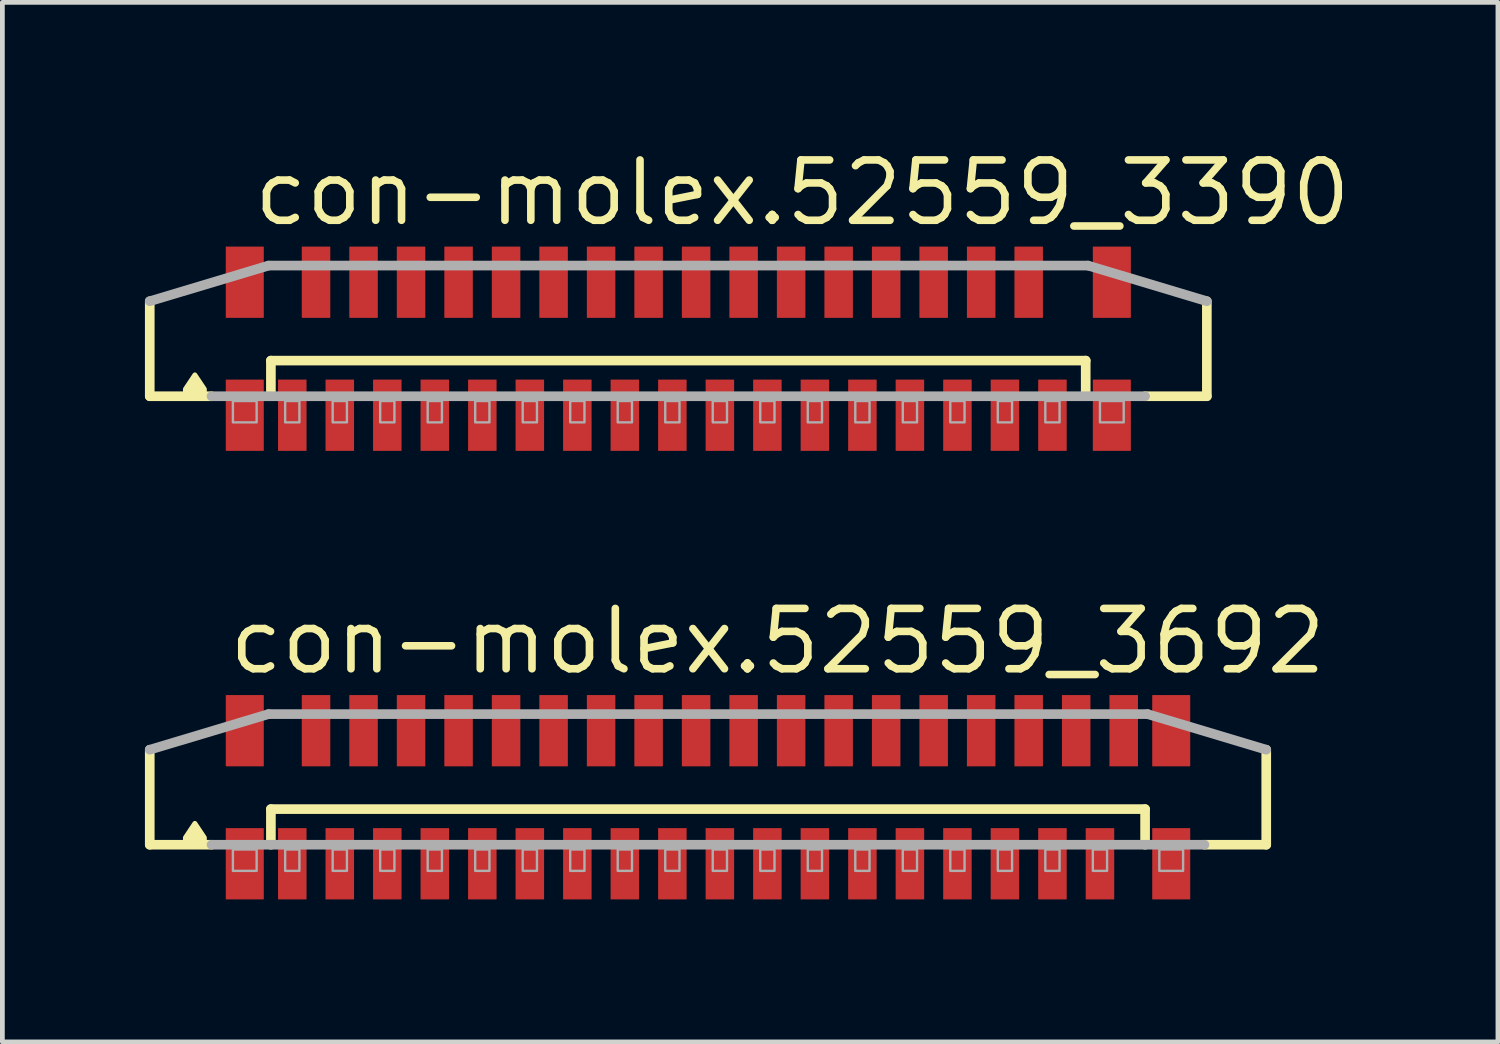
<source format=kicad_pcb>
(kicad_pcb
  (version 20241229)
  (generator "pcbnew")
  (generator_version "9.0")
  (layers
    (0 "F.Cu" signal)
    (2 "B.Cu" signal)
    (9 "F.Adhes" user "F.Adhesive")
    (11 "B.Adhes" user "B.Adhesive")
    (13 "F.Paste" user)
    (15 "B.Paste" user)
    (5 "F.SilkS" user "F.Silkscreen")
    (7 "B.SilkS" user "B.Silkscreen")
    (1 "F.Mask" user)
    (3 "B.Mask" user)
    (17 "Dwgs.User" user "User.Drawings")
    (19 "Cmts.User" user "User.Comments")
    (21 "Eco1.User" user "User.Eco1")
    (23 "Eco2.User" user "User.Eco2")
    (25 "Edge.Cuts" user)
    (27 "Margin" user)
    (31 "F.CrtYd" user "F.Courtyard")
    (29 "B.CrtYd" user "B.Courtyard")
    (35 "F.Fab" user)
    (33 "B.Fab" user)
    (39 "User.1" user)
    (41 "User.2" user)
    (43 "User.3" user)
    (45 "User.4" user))
  (footprint "con-molex.52559_3390"
    (layer "F.Cu")
    (at 11.102 4.29)
    (property "Reference" "con-molex.52559_3390" (at -8.89 -2.54 0) (layer "F.SilkS") (effects (font (size 1.27 1.27) (thickness 0.16)) (justify left bottom)))
    (attr smd)
    (fp_line (start -11 1) (end -11 -1) (stroke (width 0.203) (type default)) (layer "F.SilkS"))
    (fp_line (start -9.7 1) (end -11 1) (stroke (width 0.203) (type default)) (layer "F.SilkS"))
    (fp_line (start -8.45 0.25) (end 8.7 0.25) (stroke (width 0.203) (type default)) (layer "F.SilkS"))
    (fp_line (start -8.45 1) (end -8.45 0.25) (stroke (width 0.203) (type default)) (layer "F.SilkS"))
    (fp_line (start 8.7 0.25) (end 8.7 1) (stroke (width 0.203) (type default)) (layer "F.SilkS"))
    (fp_line (start 11.25 -1) (end 11.25 1) (stroke (width 0.203) (type default)) (layer "F.SilkS"))
    (fp_line (start 11.25 1) (end 9.95 1) (stroke (width 0.203) (type default)) (layer "F.SilkS"))
    (fp_poly (pts (xy -9.85 0.95) (xy -9.85 0.85) (xy -10.05 0.55) (xy -10.25 0.85) (xy -10.25 0.95)) (stroke (width 0.102) (type default)) (fill yes) (layer "F.SilkS"))
    (fp_line (start -11 -1) (end -8.5 -1.75) (stroke (width 0.203) (type default)) (layer "F.Fab"))
    (fp_line (start -8.5 -1.75) (end 8.75 -1.75) (stroke (width 0.203) (type default)) (layer "F.Fab"))
    (fp_line (start 8.75 -1.75) (end 11.25 -1) (stroke (width 0.203) (type default)) (layer "F.Fab"))
    (fp_line (start 9.95 1) (end -9.7 1) (stroke (width 0.203) (type default)) (layer "F.Fab"))
    (fp_rect (start -9.25 1.55) (end -8.75 1.1) (stroke (width 0.05) (type default)) (fill no) (layer "F.Fab"))
    (fp_rect (start -8.15 1.55) (end -7.85 1.1) (stroke (width 0.05) (type default)) (fill no) (layer "F.Fab"))
    (fp_rect (start -7.15 1.55) (end -6.85 1.1) (stroke (width 0.05) (type default)) (fill no) (layer "F.Fab"))
    (fp_rect (start -6.15 1.55) (end -5.85 1.1) (stroke (width 0.05) (type default)) (fill no) (layer "F.Fab"))
    (fp_rect (start -5.15 1.55) (end -4.85 1.1) (stroke (width 0.05) (type default)) (fill no) (layer "F.Fab"))
    (fp_rect (start -4.15 1.55) (end -3.85 1.1) (stroke (width 0.05) (type default)) (fill no) (layer "F.Fab"))
    (fp_rect (start -3.15 1.55) (end -2.85 1.1) (stroke (width 0.05) (type default)) (fill no) (layer "F.Fab"))
    (fp_rect (start -2.15 1.55) (end -1.85 1.1) (stroke (width 0.05) (type default)) (fill no) (layer "F.Fab"))
    (fp_rect (start -1.15 1.55) (end -0.85 1.1) (stroke (width 0.05) (type default)) (fill no) (layer "F.Fab"))
    (fp_rect (start -0.15 1.55) (end 0.15 1.1) (stroke (width 0.05) (type default)) (fill no) (layer "F.Fab"))
    (fp_rect (start 0.85 1.55) (end 1.15 1.1) (stroke (width 0.05) (type default)) (fill no) (layer "F.Fab"))
    (fp_rect (start 1.85 1.55) (end 2.15 1.1) (stroke (width 0.05) (type default)) (fill no) (layer "F.Fab"))
    (fp_rect (start 2.85 1.55) (end 3.15 1.1) (stroke (width 0.05) (type default)) (fill no) (layer "F.Fab"))
    (fp_rect (start 3.85 1.55) (end 4.15 1.1) (stroke (width 0.05) (type default)) (fill no) (layer "F.Fab"))
    (fp_rect (start 4.85 1.55) (end 5.15 1.1) (stroke (width 0.05) (type default)) (fill no) (layer "F.Fab"))
    (fp_rect (start 5.85 1.55) (end 6.15 1.1) (stroke (width 0.05) (type default)) (fill no) (layer "F.Fab"))
    (fp_rect (start 6.85 1.55) (end 7.15 1.1) (stroke (width 0.05) (type default)) (fill no) (layer "F.Fab"))
    (fp_rect (start 7.85 1.55) (end 8.15 1.1) (stroke (width 0.05) (type default)) (fill no) (layer "F.Fab"))
    (fp_rect (start 9 1.55) (end 9.5 1.1) (stroke (width 0.05) (type default)) (fill no) (layer "F.Fab"))
    (pad "1" smd roundrect (at -8 1.4) (size 0.6 1.5) (layers "F.Cu" "F.Mask" "F.Paste") (roundrect_rratio 0.01))
    (pad "2" smd roundrect (at -7.5 -1.4 180) (size 0.6 1.5) (layers "F.Cu" "F.Mask" "F.Paste") (roundrect_rratio 0.01))
    (pad "3" smd roundrect (at -7 1.4) (size 0.6 1.5) (layers "F.Cu" "F.Mask" "F.Paste") (roundrect_rratio 0.01))
    (pad "4" smd roundrect (at -6.5 -1.4 180) (size 0.6 1.5) (layers "F.Cu" "F.Mask" "F.Paste") (roundrect_rratio 0.01))
    (pad "5" smd roundrect (at -6 1.4) (size 0.6 1.5) (layers "F.Cu" "F.Mask" "F.Paste") (roundrect_rratio 0.01))
    (pad "6" smd roundrect (at -5.5 -1.4 180) (size 0.6 1.5) (layers "F.Cu" "F.Mask" "F.Paste") (roundrect_rratio 0.01))
    (pad "7" smd roundrect (at -5 1.4) (size 0.6 1.5) (layers "F.Cu" "F.Mask" "F.Paste") (roundrect_rratio 0.01))
    (pad "8" smd roundrect (at -4.5 -1.4 180) (size 0.6 1.5) (layers "F.Cu" "F.Mask" "F.Paste") (roundrect_rratio 0.01))
    (pad "9" smd roundrect (at -4 1.4) (size 0.6 1.5) (layers "F.Cu" "F.Mask" "F.Paste") (roundrect_rratio 0.01))
    (pad "10" smd roundrect (at -3.5 -1.4 180) (size 0.6 1.5) (layers "F.Cu" "F.Mask" "F.Paste") (roundrect_rratio 0.01))
    (pad "11" smd roundrect (at -3 1.4) (size 0.6 1.5) (layers "F.Cu" "F.Mask" "F.Paste") (roundrect_rratio 0.01))
    (pad "12" smd roundrect (at -2.5 -1.4 180) (size 0.6 1.5) (layers "F.Cu" "F.Mask" "F.Paste") (roundrect_rratio 0.01))
    (pad "13" smd roundrect (at -2 1.4) (size 0.6 1.5) (layers "F.Cu" "F.Mask" "F.Paste") (roundrect_rratio 0.01))
    (pad "14" smd roundrect (at -1.5 -1.4 180) (size 0.6 1.5) (layers "F.Cu" "F.Mask" "F.Paste") (roundrect_rratio 0.01))
    (pad "15" smd roundrect (at -1 1.4) (size 0.6 1.5) (layers "F.Cu" "F.Mask" "F.Paste") (roundrect_rratio 0.01))
    (pad "16" smd roundrect (at -0.5 -1.4 180) (size 0.6 1.5) (layers "F.Cu" "F.Mask" "F.Paste") (roundrect_rratio 0.01))
    (pad "17" smd roundrect (at 0 1.4) (size 0.6 1.5) (layers "F.Cu" "F.Mask" "F.Paste") (roundrect_rratio 0.01))
    (pad "18" smd roundrect (at 0.5 -1.4 180) (size 0.6 1.5) (layers "F.Cu" "F.Mask" "F.Paste") (roundrect_rratio 0.01))
    (pad "19" smd roundrect (at 1 1.4) (size 0.6 1.5) (layers "F.Cu" "F.Mask" "F.Paste") (roundrect_rratio 0.01))
    (pad "20" smd roundrect (at 1.5 -1.4 180) (size 0.6 1.5) (layers "F.Cu" "F.Mask" "F.Paste") (roundrect_rratio 0.01))
    (pad "21" smd roundrect (at 2 1.4) (size 0.6 1.5) (layers "F.Cu" "F.Mask" "F.Paste") (roundrect_rratio 0.01))
    (pad "22" smd roundrect (at 2.5 -1.4 180) (size 0.6 1.5) (layers "F.Cu" "F.Mask" "F.Paste") (roundrect_rratio 0.01))
    (pad "23" smd roundrect (at 3 1.4) (size 0.6 1.5) (layers "F.Cu" "F.Mask" "F.Paste") (roundrect_rratio 0.01))
    (pad "24" smd roundrect (at 3.5 -1.4 180) (size 0.6 1.5) (layers "F.Cu" "F.Mask" "F.Paste") (roundrect_rratio 0.01))
    (pad "25" smd roundrect (at 4 1.4) (size 0.6 1.5) (layers "F.Cu" "F.Mask" "F.Paste") (roundrect_rratio 0.01))
    (pad "26" smd roundrect (at 4.5 -1.4 180) (size 0.6 1.5) (layers "F.Cu" "F.Mask" "F.Paste") (roundrect_rratio 0.01))
    (pad "27" smd roundrect (at 5 1.4) (size 0.6 1.5) (layers "F.Cu" "F.Mask" "F.Paste") (roundrect_rratio 0.01))
    (pad "28" smd roundrect (at 5.5 -1.4 180) (size 0.6 1.5) (layers "F.Cu" "F.Mask" "F.Paste") (roundrect_rratio 0.01))
    (pad "29" smd roundrect (at 6 1.4) (size 0.6 1.5) (layers "F.Cu" "F.Mask" "F.Paste") (roundrect_rratio 0.01))
    (pad "30" smd roundrect (at 6.5 -1.4 180) (size 0.6 1.5) (layers "F.Cu" "F.Mask" "F.Paste") (roundrect_rratio 0.01))
    (pad "31" smd roundrect (at 7 1.4) (size 0.6 1.5) (layers "F.Cu" "F.Mask" "F.Paste") (roundrect_rratio 0.01))
    (pad "32" smd roundrect (at 7.5 -1.4 180) (size 0.6 1.5) (layers "F.Cu" "F.Mask" "F.Paste") (roundrect_rratio 0.01))
    (pad "33" smd roundrect (at 8 1.4) (size 0.6 1.5) (layers "F.Cu" "F.Mask" "F.Paste") (roundrect_rratio 0.01))
    (pad "M1" smd roundrect (at -9 1.4) (size 0.8 1.5) (layers "F.Cu" "F.Mask" "F.Paste") (roundrect_rratio 0.01))
    (pad "M2" smd roundrect (at 9.25 1.4) (size 0.8 1.5) (layers "F.Cu" "F.Mask" "F.Paste") (roundrect_rratio 0.01))
    (pad "M3" smd roundrect (at 9.25 -1.4 180) (size 0.8 1.5) (layers "F.Cu" "F.Mask" "F.Paste") (roundrect_rratio 0.01))
    (pad "M4" smd roundrect (at -9 -1.4 180) (size 0.8 1.5) (layers "F.Cu" "F.Mask" "F.Paste") (roundrect_rratio 0.01)))
  (footprint "con-molex.52559_3692"
    (layer "F.Cu")
    (at 11.852 13.73)
    (property "Reference" "con-molex.52559_3692" (at -10.16 -2.54 0) (layer "F.SilkS") (effects (font (size 1.27 1.27) (thickness 0.16)) (justify left bottom)))
    (attr smd)
    (fp_line (start -11.75 1) (end -11.75 -1) (stroke (width 0.203) (type default)) (layer "F.SilkS"))
    (fp_line (start -10.45 1) (end -11.75 1) (stroke (width 0.203) (type default)) (layer "F.SilkS"))
    (fp_line (start -9.2 0.25) (end 9.2 0.25) (stroke (width 0.203) (type default)) (layer "F.SilkS"))
    (fp_line (start -9.2 1) (end -9.2 0.25) (stroke (width 0.203) (type default)) (layer "F.SilkS"))
    (fp_line (start 9.2 0.25) (end 9.2 1) (stroke (width 0.203) (type default)) (layer "F.SilkS"))
    (fp_line (start 11.75 -1) (end 11.75 1) (stroke (width 0.203) (type default)) (layer "F.SilkS"))
    (fp_line (start 11.75 1) (end 10.45 1) (stroke (width 0.203) (type default)) (layer "F.SilkS"))
    (fp_poly (pts (xy -10.6 0.95) (xy -10.6 0.85) (xy -10.8 0.55) (xy -11 0.85) (xy -11 0.95)) (stroke (width 0.102) (type default)) (fill yes) (layer "F.SilkS"))
    (fp_line (start -11.75 -1) (end -9.25 -1.75) (stroke (width 0.203) (type default)) (layer "F.Fab"))
    (fp_line (start -9.25 -1.75) (end 9.25 -1.75) (stroke (width 0.203) (type default)) (layer "F.Fab"))
    (fp_line (start 9.25 -1.75) (end 11.75 -1) (stroke (width 0.203) (type default)) (layer "F.Fab"))
    (fp_line (start 10.45 1) (end -10.45 1) (stroke (width 0.203) (type default)) (layer "F.Fab"))
    (fp_rect (start -10 1.55) (end -9.5 1.1) (stroke (width 0.05) (type default)) (fill no) (layer "F.Fab"))
    (fp_rect (start -8.9 1.55) (end -8.6 1.1) (stroke (width 0.05) (type default)) (fill no) (layer "F.Fab"))
    (fp_rect (start -7.9 1.55) (end -7.6 1.1) (stroke (width 0.05) (type default)) (fill no) (layer "F.Fab"))
    (fp_rect (start -6.9 1.55) (end -6.6 1.1) (stroke (width 0.05) (type default)) (fill no) (layer "F.Fab"))
    (fp_rect (start -5.9 1.55) (end -5.6 1.1) (stroke (width 0.05) (type default)) (fill no) (layer "F.Fab"))
    (fp_rect (start -4.9 1.55) (end -4.6 1.1) (stroke (width 0.05) (type default)) (fill no) (layer "F.Fab"))
    (fp_rect (start -3.9 1.55) (end -3.6 1.1) (stroke (width 0.05) (type default)) (fill no) (layer "F.Fab"))
    (fp_rect (start -2.9 1.55) (end -2.6 1.1) (stroke (width 0.05) (type default)) (fill no) (layer "F.Fab"))
    (fp_rect (start -1.9 1.55) (end -1.6 1.1) (stroke (width 0.05) (type default)) (fill no) (layer "F.Fab"))
    (fp_rect (start -0.9 1.55) (end -0.6 1.1) (stroke (width 0.05) (type default)) (fill no) (layer "F.Fab"))
    (fp_rect (start 0.1 1.55) (end 0.4 1.1) (stroke (width 0.05) (type default)) (fill no) (layer "F.Fab"))
    (fp_rect (start 1.1 1.55) (end 1.4 1.1) (stroke (width 0.05) (type default)) (fill no) (layer "F.Fab"))
    (fp_rect (start 2.1 1.55) (end 2.4 1.1) (stroke (width 0.05) (type default)) (fill no) (layer "F.Fab"))
    (fp_rect (start 3.1 1.55) (end 3.4 1.1) (stroke (width 0.05) (type default)) (fill no) (layer "F.Fab"))
    (fp_rect (start 4.1 1.55) (end 4.4 1.1) (stroke (width 0.05) (type default)) (fill no) (layer "F.Fab"))
    (fp_rect (start 5.1 1.55) (end 5.4 1.1) (stroke (width 0.05) (type default)) (fill no) (layer "F.Fab"))
    (fp_rect (start 6.1 1.55) (end 6.4 1.1) (stroke (width 0.05) (type default)) (fill no) (layer "F.Fab"))
    (fp_rect (start 7.1 1.55) (end 7.4 1.1) (stroke (width 0.05) (type default)) (fill no) (layer "F.Fab"))
    (fp_rect (start 8.1 1.55) (end 8.4 1.1) (stroke (width 0.05) (type default)) (fill no) (layer "F.Fab"))
    (fp_rect (start 9.5 1.55) (end 10 1.1) (stroke (width 0.05) (type default)) (fill no) (layer "F.Fab"))
    (pad "1" smd roundrect (at -8.75 1.4) (size 0.6 1.5) (layers "F.Cu" "F.Mask" "F.Paste") (roundrect_rratio 0.01))
    (pad "2" smd roundrect (at -8.25 -1.4 180) (size 0.6 1.5) (layers "F.Cu" "F.Mask" "F.Paste") (roundrect_rratio 0.01))
    (pad "3" smd roundrect (at -7.75 1.4) (size 0.6 1.5) (layers "F.Cu" "F.Mask" "F.Paste") (roundrect_rratio 0.01))
    (pad "4" smd roundrect (at -7.25 -1.4 180) (size 0.6 1.5) (layers "F.Cu" "F.Mask" "F.Paste") (roundrect_rratio 0.01))
    (pad "5" smd roundrect (at -6.75 1.4) (size 0.6 1.5) (layers "F.Cu" "F.Mask" "F.Paste") (roundrect_rratio 0.01))
    (pad "6" smd roundrect (at -6.25 -1.4 180) (size 0.6 1.5) (layers "F.Cu" "F.Mask" "F.Paste") (roundrect_rratio 0.01))
    (pad "7" smd roundrect (at -5.75 1.4) (size 0.6 1.5) (layers "F.Cu" "F.Mask" "F.Paste") (roundrect_rratio 0.01))
    (pad "8" smd roundrect (at -5.25 -1.4 180) (size 0.6 1.5) (layers "F.Cu" "F.Mask" "F.Paste") (roundrect_rratio 0.01))
    (pad "9" smd roundrect (at -4.75 1.4) (size 0.6 1.5) (layers "F.Cu" "F.Mask" "F.Paste") (roundrect_rratio 0.01))
    (pad "10" smd roundrect (at -4.25 -1.4 180) (size 0.6 1.5) (layers "F.Cu" "F.Mask" "F.Paste") (roundrect_rratio 0.01))
    (pad "11" smd roundrect (at -3.75 1.4) (size 0.6 1.5) (layers "F.Cu" "F.Mask" "F.Paste") (roundrect_rratio 0.01))
    (pad "12" smd roundrect (at -3.25 -1.4 180) (size 0.6 1.5) (layers "F.Cu" "F.Mask" "F.Paste") (roundrect_rratio 0.01))
    (pad "13" smd roundrect (at -2.75 1.4) (size 0.6 1.5) (layers "F.Cu" "F.Mask" "F.Paste") (roundrect_rratio 0.01))
    (pad "14" smd roundrect (at -2.25 -1.4 180) (size 0.6 1.5) (layers "F.Cu" "F.Mask" "F.Paste") (roundrect_rratio 0.01))
    (pad "15" smd roundrect (at -1.75 1.4) (size 0.6 1.5) (layers "F.Cu" "F.Mask" "F.Paste") (roundrect_rratio 0.01))
    (pad "16" smd roundrect (at -1.25 -1.4 180) (size 0.6 1.5) (layers "F.Cu" "F.Mask" "F.Paste") (roundrect_rratio 0.01))
    (pad "17" smd roundrect (at -0.75 1.4) (size 0.6 1.5) (layers "F.Cu" "F.Mask" "F.Paste") (roundrect_rratio 0.01))
    (pad "18" smd roundrect (at -0.25 -1.4 180) (size 0.6 1.5) (layers "F.Cu" "F.Mask" "F.Paste") (roundrect_rratio 0.01))
    (pad "19" smd roundrect (at 0.25 1.4) (size 0.6 1.5) (layers "F.Cu" "F.Mask" "F.Paste") (roundrect_rratio 0.01))
    (pad "20" smd roundrect (at 0.75 -1.4 180) (size 0.6 1.5) (layers "F.Cu" "F.Mask" "F.Paste") (roundrect_rratio 0.01))
    (pad "21" smd roundrect (at 1.25 1.4) (size 0.6 1.5) (layers "F.Cu" "F.Mask" "F.Paste") (roundrect_rratio 0.01))
    (pad "22" smd roundrect (at 1.75 -1.4 180) (size 0.6 1.5) (layers "F.Cu" "F.Mask" "F.Paste") (roundrect_rratio 0.01))
    (pad "23" smd roundrect (at 2.25 1.4) (size 0.6 1.5) (layers "F.Cu" "F.Mask" "F.Paste") (roundrect_rratio 0.01))
    (pad "24" smd roundrect (at 2.75 -1.4 180) (size 0.6 1.5) (layers "F.Cu" "F.Mask" "F.Paste") (roundrect_rratio 0.01))
    (pad "25" smd roundrect (at 3.25 1.4) (size 0.6 1.5) (layers "F.Cu" "F.Mask" "F.Paste") (roundrect_rratio 0.01))
    (pad "26" smd roundrect (at 3.75 -1.4 180) (size 0.6 1.5) (layers "F.Cu" "F.Mask" "F.Paste") (roundrect_rratio 0.01))
    (pad "27" smd roundrect (at 4.25 1.4) (size 0.6 1.5) (layers "F.Cu" "F.Mask" "F.Paste") (roundrect_rratio 0.01))
    (pad "28" smd roundrect (at 4.75 -1.4 180) (size 0.6 1.5) (layers "F.Cu" "F.Mask" "F.Paste") (roundrect_rratio 0.01))
    (pad "29" smd roundrect (at 5.25 1.4) (size 0.6 1.5) (layers "F.Cu" "F.Mask" "F.Paste") (roundrect_rratio 0.01))
    (pad "30" smd roundrect (at 5.75 -1.4 180) (size 0.6 1.5) (layers "F.Cu" "F.Mask" "F.Paste") (roundrect_rratio 0.01))
    (pad "31" smd roundrect (at 6.25 1.4) (size 0.6 1.5) (layers "F.Cu" "F.Mask" "F.Paste") (roundrect_rratio 0.01))
    (pad "32" smd roundrect (at 6.75 -1.4 180) (size 0.6 1.5) (layers "F.Cu" "F.Mask" "F.Paste") (roundrect_rratio 0.01))
    (pad "33" smd roundrect (at 7.25 1.4) (size 0.6 1.5) (layers "F.Cu" "F.Mask" "F.Paste") (roundrect_rratio 0.01))
    (pad "34" smd roundrect (at 7.75 -1.4 180) (size 0.6 1.5) (layers "F.Cu" "F.Mask" "F.Paste") (roundrect_rratio 0.01))
    (pad "35" smd roundrect (at 8.25 1.4) (size 0.6 1.5) (layers "F.Cu" "F.Mask" "F.Paste") (roundrect_rratio 0.01))
    (pad "36" smd roundrect (at 8.75 -1.4 180) (size 0.6 1.5) (layers "F.Cu" "F.Mask" "F.Paste") (roundrect_rratio 0.01))
    (pad "M1" smd roundrect (at -9.75 1.4) (size 0.8 1.5) (layers "F.Cu" "F.Mask" "F.Paste") (roundrect_rratio 0.01))
    (pad "M2" smd roundrect (at 9.75 1.4) (size 0.8 1.5) (layers "F.Cu" "F.Mask" "F.Paste") (roundrect_rratio 0.01))
    (pad "M3" smd roundrect (at 9.75 -1.4 180) (size 0.8 1.5) (layers "F.Cu" "F.Mask" "F.Paste") (roundrect_rratio 0.01))
    (pad "M4" smd roundrect (at -9.75 -1.4 180) (size 0.8 1.5) (layers "F.Cu" "F.Mask" "F.Paste") (roundrect_rratio 0.01)))
  (gr_rect
    (start -3 -3)
    (end 28.479 18.88)
    (stroke (width 0.1) (type default))
    (fill no)
    (layer "Edge.Cuts")))
</source>
